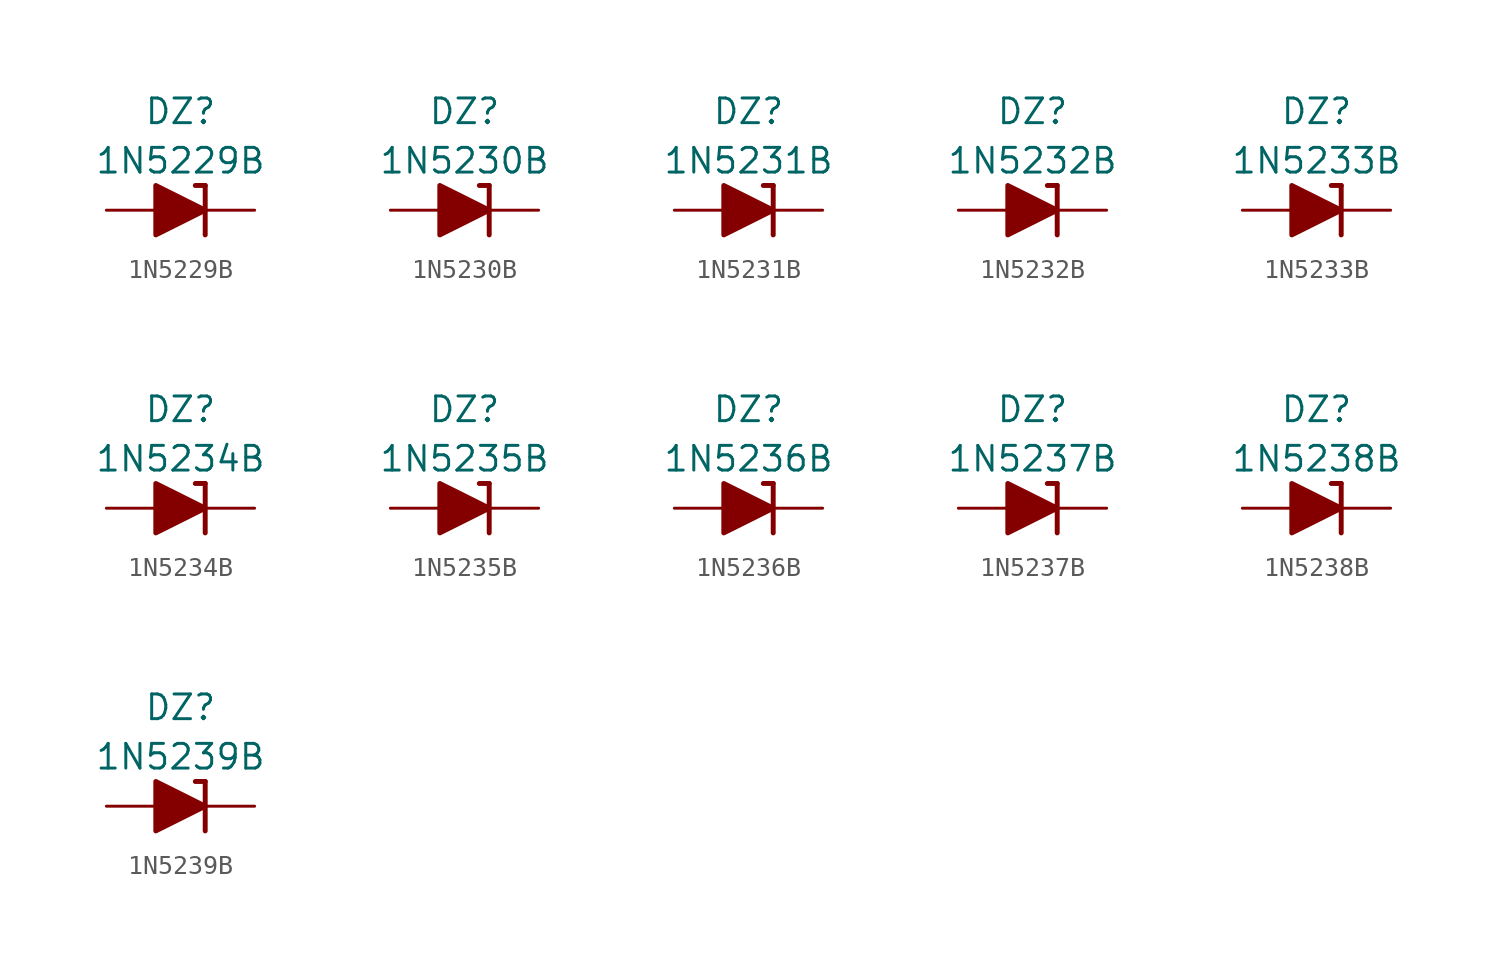
<source format=kicad_sym>
(kicad_symbol_lib
  (version 20201005)
  (generator kicad_symbol_editor)
  (symbol "Diode_Zener_AKL:1N5229B"
    (pin_numbers hide)
    (pin_names
      (offset 1.016) hide)
    (property "Reference" "DZ"
      (at 0 5.08 0)
      (effects (font (size 1.27 1.27))))
    (property "Value" "1N5229B"
      (at 0 2.54 0)
      (effects (font (size 1.27 1.27))))
    (symbol "1N5229B_0_1"
      (polyline (pts (xy -1.27 0) (xy 1.27 0)) (stroke (width 0)) (fill (type none)))
      (polyline (pts (xy 1.27 1.27) (xy 0.762 1.27)) (stroke (width 0.254)) (fill (type none)))
      (polyline (pts (xy 1.27 1.27) (xy 1.27 -1.27)) (stroke (width 0.254)) (fill (type none)))
      (polyline (pts (xy -1.27 -1.27) (xy -1.27 1.27) (xy 1.27 0) (xy -1.27 -1.27)) (stroke (width 0.254)) (fill (type outline))))
    (symbol "1N5229B_1_1"
      (pin passive line (at 3.81 0 180) (length 2.54) (name "K" (effects (font (size 1.27 1.27)))) (number "1" (effects (font (size 1.27 1.27)))))
      (pin passive line (at -3.81 0 0) (length 2.54) (name "A" (effects (font (size 1.27 1.27)))) (number "2" (effects (font (size 1.27 1.27)))))))
  (symbol "Diode_Zener_AKL:1N5230B"
    (pin_numbers hide)
    (pin_names
      (offset 1.016) hide)
    (property "Reference" "DZ"
      (at 0 5.08 0)
      (effects (font (size 1.27 1.27))))
    (property "Value" "1N5230B"
      (at 0 2.54 0)
      (effects (font (size 1.27 1.27))))
    (symbol "1N5230B_0_1"
      (polyline (pts (xy -1.27 0) (xy 1.27 0)) (stroke (width 0)) (fill (type none)))
      (polyline (pts (xy 1.27 1.27) (xy 0.762 1.27)) (stroke (width 0.254)) (fill (type none)))
      (polyline (pts (xy 1.27 1.27) (xy 1.27 -1.27)) (stroke (width 0.254)) (fill (type none)))
      (polyline (pts (xy -1.27 -1.27) (xy -1.27 1.27) (xy 1.27 0) (xy -1.27 -1.27)) (stroke (width 0.254)) (fill (type outline))))
    (symbol "1N5230B_1_1"
      (pin passive line (at 3.81 0 180) (length 2.54) (name "K" (effects (font (size 1.27 1.27)))) (number "1" (effects (font (size 1.27 1.27)))))
      (pin passive line (at -3.81 0 0) (length 2.54) (name "A" (effects (font (size 1.27 1.27)))) (number "2" (effects (font (size 1.27 1.27)))))))
  (symbol "Diode_Zener_AKL:1N5231B"
    (pin_numbers hide)
    (pin_names
      (offset 1.016) hide)
    (property "Reference" "DZ"
      (at 0 5.08 0)
      (effects (font (size 1.27 1.27))))
    (property "Value" "1N5231B"
      (at 0 2.54 0)
      (effects (font (size 1.27 1.27))))
    (symbol "1N5231B_0_1"
      (polyline (pts (xy -1.27 0) (xy 1.27 0)) (stroke (width 0)) (fill (type none)))
      (polyline (pts (xy 1.27 1.27) (xy 0.762 1.27)) (stroke (width 0.254)) (fill (type none)))
      (polyline (pts (xy 1.27 1.27) (xy 1.27 -1.27)) (stroke (width 0.254)) (fill (type none)))
      (polyline (pts (xy -1.27 -1.27) (xy -1.27 1.27) (xy 1.27 0) (xy -1.27 -1.27)) (stroke (width 0.254)) (fill (type outline))))
    (symbol "1N5231B_1_1"
      (pin passive line (at 3.81 0 180) (length 2.54) (name "K" (effects (font (size 1.27 1.27)))) (number "1" (effects (font (size 1.27 1.27)))))
      (pin passive line (at -3.81 0 0) (length 2.54) (name "A" (effects (font (size 1.27 1.27)))) (number "2" (effects (font (size 1.27 1.27)))))))
  (symbol "Diode_Zener_AKL:1N5232B"
    (pin_numbers hide)
    (pin_names
      (offset 1.016) hide)
    (property "Reference" "DZ"
      (at 0 5.08 0)
      (effects (font (size 1.27 1.27))))
    (property "Value" "1N5232B"
      (at 0 2.54 0)
      (effects (font (size 1.27 1.27))))
    (symbol "1N5232B_0_1"
      (polyline (pts (xy -1.27 0) (xy 1.27 0)) (stroke (width 0)) (fill (type none)))
      (polyline (pts (xy 1.27 1.27) (xy 0.762 1.27)) (stroke (width 0.254)) (fill (type none)))
      (polyline (pts (xy 1.27 1.27) (xy 1.27 -1.27)) (stroke (width 0.254)) (fill (type none)))
      (polyline (pts (xy -1.27 -1.27) (xy -1.27 1.27) (xy 1.27 0) (xy -1.27 -1.27)) (stroke (width 0.254)) (fill (type outline))))
    (symbol "1N5232B_1_1"
      (pin passive line (at 3.81 0 180) (length 2.54) (name "K" (effects (font (size 1.27 1.27)))) (number "1" (effects (font (size 1.27 1.27)))))
      (pin passive line (at -3.81 0 0) (length 2.54) (name "A" (effects (font (size 1.27 1.27)))) (number "2" (effects (font (size 1.27 1.27)))))))
  (symbol "Diode_Zener_AKL:1N5233B"
    (pin_numbers hide)
    (pin_names
      (offset 1.016) hide)
    (property "Reference" "DZ"
      (at 0 5.08 0)
      (effects (font (size 1.27 1.27))))
    (property "Value" "1N5233B"
      (at 0 2.54 0)
      (effects (font (size 1.27 1.27))))
    (symbol "1N5233B_0_1"
      (polyline (pts (xy -1.27 0) (xy 1.27 0)) (stroke (width 0)) (fill (type none)))
      (polyline (pts (xy 1.27 1.27) (xy 0.762 1.27)) (stroke (width 0.254)) (fill (type none)))
      (polyline (pts (xy 1.27 1.27) (xy 1.27 -1.27)) (stroke (width 0.254)) (fill (type none)))
      (polyline (pts (xy -1.27 -1.27) (xy -1.27 1.27) (xy 1.27 0) (xy -1.27 -1.27)) (stroke (width 0.254)) (fill (type outline))))
    (symbol "1N5233B_1_1"
      (pin passive line (at 3.81 0 180) (length 2.54) (name "K" (effects (font (size 1.27 1.27)))) (number "1" (effects (font (size 1.27 1.27)))))
      (pin passive line (at -3.81 0 0) (length 2.54) (name "A" (effects (font (size 1.27 1.27)))) (number "2" (effects (font (size 1.27 1.27)))))))
  (symbol "Diode_Zener_AKL:1N5234B"
    (pin_numbers hide)
    (pin_names
      (offset 1.016) hide)
    (property "Reference" "DZ"
      (at 0 5.08 0)
      (effects (font (size 1.27 1.27))))
    (property "Value" "1N5234B"
      (at 0 2.54 0)
      (effects (font (size 1.27 1.27))))
    (symbol "1N5234B_0_1"
      (polyline (pts (xy -1.27 0) (xy 1.27 0)) (stroke (width 0)) (fill (type none)))
      (polyline (pts (xy 1.27 1.27) (xy 0.762 1.27)) (stroke (width 0.254)) (fill (type none)))
      (polyline (pts (xy 1.27 1.27) (xy 1.27 -1.27)) (stroke (width 0.254)) (fill (type none)))
      (polyline (pts (xy -1.27 -1.27) (xy -1.27 1.27) (xy 1.27 0) (xy -1.27 -1.27)) (stroke (width 0.254)) (fill (type outline))))
    (symbol "1N5234B_1_1"
      (pin passive line (at 3.81 0 180) (length 2.54) (name "K" (effects (font (size 1.27 1.27)))) (number "1" (effects (font (size 1.27 1.27)))))
      (pin passive line (at -3.81 0 0) (length 2.54) (name "A" (effects (font (size 1.27 1.27)))) (number "2" (effects (font (size 1.27 1.27)))))))
  (symbol "Diode_Zener_AKL:1N5235B"
    (pin_numbers hide)
    (pin_names
      (offset 1.016) hide)
    (property "Reference" "DZ"
      (at 0 5.08 0)
      (effects (font (size 1.27 1.27))))
    (property "Value" "1N5235B"
      (at 0 2.54 0)
      (effects (font (size 1.27 1.27))))
    (symbol "1N5235B_0_1"
      (polyline (pts (xy -1.27 0) (xy 1.27 0)) (stroke (width 0)) (fill (type none)))
      (polyline (pts (xy 1.27 1.27) (xy 0.762 1.27)) (stroke (width 0.254)) (fill (type none)))
      (polyline (pts (xy 1.27 1.27) (xy 1.27 -1.27)) (stroke (width 0.254)) (fill (type none)))
      (polyline (pts (xy -1.27 -1.27) (xy -1.27 1.27) (xy 1.27 0) (xy -1.27 -1.27)) (stroke (width 0.254)) (fill (type outline))))
    (symbol "1N5235B_1_1"
      (pin passive line (at 3.81 0 180) (length 2.54) (name "K" (effects (font (size 1.27 1.27)))) (number "1" (effects (font (size 1.27 1.27)))))
      (pin passive line (at -3.81 0 0) (length 2.54) (name "A" (effects (font (size 1.27 1.27)))) (number "2" (effects (font (size 1.27 1.27)))))))
  (symbol "Diode_Zener_AKL:1N5236B"
    (pin_numbers hide)
    (pin_names
      (offset 1.016) hide)
    (property "Reference" "DZ"
      (at 0 5.08 0)
      (effects (font (size 1.27 1.27))))
    (property "Value" "1N5236B"
      (at 0 2.54 0)
      (effects (font (size 1.27 1.27))))
    (symbol "1N5236B_0_1"
      (polyline (pts (xy -1.27 0) (xy 1.27 0)) (stroke (width 0)) (fill (type none)))
      (polyline (pts (xy 1.27 1.27) (xy 0.762 1.27)) (stroke (width 0.254)) (fill (type none)))
      (polyline (pts (xy 1.27 1.27) (xy 1.27 -1.27)) (stroke (width 0.254)) (fill (type none)))
      (polyline (pts (xy -1.27 -1.27) (xy -1.27 1.27) (xy 1.27 0) (xy -1.27 -1.27)) (stroke (width 0.254)) (fill (type outline))))
    (symbol "1N5236B_1_1"
      (pin passive line (at 3.81 0 180) (length 2.54) (name "K" (effects (font (size 1.27 1.27)))) (number "1" (effects (font (size 1.27 1.27)))))
      (pin passive line (at -3.81 0 0) (length 2.54) (name "A" (effects (font (size 1.27 1.27)))) (number "2" (effects (font (size 1.27 1.27)))))))
  (symbol "Diode_Zener_AKL:1N5237B"
    (pin_numbers hide)
    (pin_names
      (offset 1.016) hide)
    (property "Reference" "DZ"
      (at 0 5.08 0)
      (effects (font (size 1.27 1.27))))
    (property "Value" "1N5237B"
      (at 0 2.54 0)
      (effects (font (size 1.27 1.27))))
    (symbol "1N5237B_0_1"
      (polyline (pts (xy -1.27 0) (xy 1.27 0)) (stroke (width 0)) (fill (type none)))
      (polyline (pts (xy 1.27 1.27) (xy 0.762 1.27)) (stroke (width 0.254)) (fill (type none)))
      (polyline (pts (xy 1.27 1.27) (xy 1.27 -1.27)) (stroke (width 0.254)) (fill (type none)))
      (polyline (pts (xy -1.27 -1.27) (xy -1.27 1.27) (xy 1.27 0) (xy -1.27 -1.27)) (stroke (width 0.254)) (fill (type outline))))
    (symbol "1N5237B_1_1"
      (pin passive line (at 3.81 0 180) (length 2.54) (name "K" (effects (font (size 1.27 1.27)))) (number "1" (effects (font (size 1.27 1.27)))))
      (pin passive line (at -3.81 0 0) (length 2.54) (name "A" (effects (font (size 1.27 1.27)))) (number "2" (effects (font (size 1.27 1.27)))))))
  (symbol "Diode_Zener_AKL:1N5238B"
    (pin_numbers hide)
    (pin_names
      (offset 1.016) hide)
    (property "Reference" "DZ"
      (at 0 5.08 0)
      (effects (font (size 1.27 1.27))))
    (property "Value" "1N5238B"
      (at 0 2.54 0)
      (effects (font (size 1.27 1.27))))
    (symbol "1N5238B_0_1"
      (polyline (pts (xy -1.27 0) (xy 1.27 0)) (stroke (width 0)) (fill (type none)))
      (polyline (pts (xy 1.27 1.27) (xy 0.762 1.27)) (stroke (width 0.254)) (fill (type none)))
      (polyline (pts (xy 1.27 1.27) (xy 1.27 -1.27)) (stroke (width 0.254)) (fill (type none)))
      (polyline (pts (xy -1.27 -1.27) (xy -1.27 1.27) (xy 1.27 0) (xy -1.27 -1.27)) (stroke (width 0.254)) (fill (type outline))))
    (symbol "1N5238B_1_1"
      (pin passive line (at 3.81 0 180) (length 2.54) (name "K" (effects (font (size 1.27 1.27)))) (number "1" (effects (font (size 1.27 1.27)))))
      (pin passive line (at -3.81 0 0) (length 2.54) (name "A" (effects (font (size 1.27 1.27)))) (number "2" (effects (font (size 1.27 1.27)))))))
  (symbol "Diode_Zener_AKL:1N5239B"
    (pin_numbers hide)
    (pin_names
      (offset 1.016) hide)
    (property "Reference" "DZ"
      (at 0 5.08 0)
      (effects (font (size 1.27 1.27))))
    (property "Value" "1N5239B"
      (at 0 2.54 0)
      (effects (font (size 1.27 1.27))))
    (symbol "1N5239B_0_1"
      (polyline (pts (xy -1.27 0) (xy 1.27 0)) (stroke (width 0)) (fill (type none)))
      (polyline (pts (xy 1.27 1.27) (xy 0.762 1.27)) (stroke (width 0.254)) (fill (type none)))
      (polyline (pts (xy 1.27 1.27) (xy 1.27 -1.27)) (stroke (width 0.254)) (fill (type none)))
      (polyline (pts (xy -1.27 -1.27) (xy -1.27 1.27) (xy 1.27 0) (xy -1.27 -1.27)) (stroke (width 0.254)) (fill (type outline))))
    (symbol "1N5239B_1_1"
      (pin passive line (at 3.81 0 180) (length 2.54) (name "K" (effects (font (size 1.27 1.27)))) (number "1" (effects (font (size 1.27 1.27)))))
      (pin passive line (at -3.81 0 0) (length 2.54) (name "A" (effects (font (size 1.27 1.27)))) (number "2" (effects (font (size 1.27 1.27))))))))
</source>
